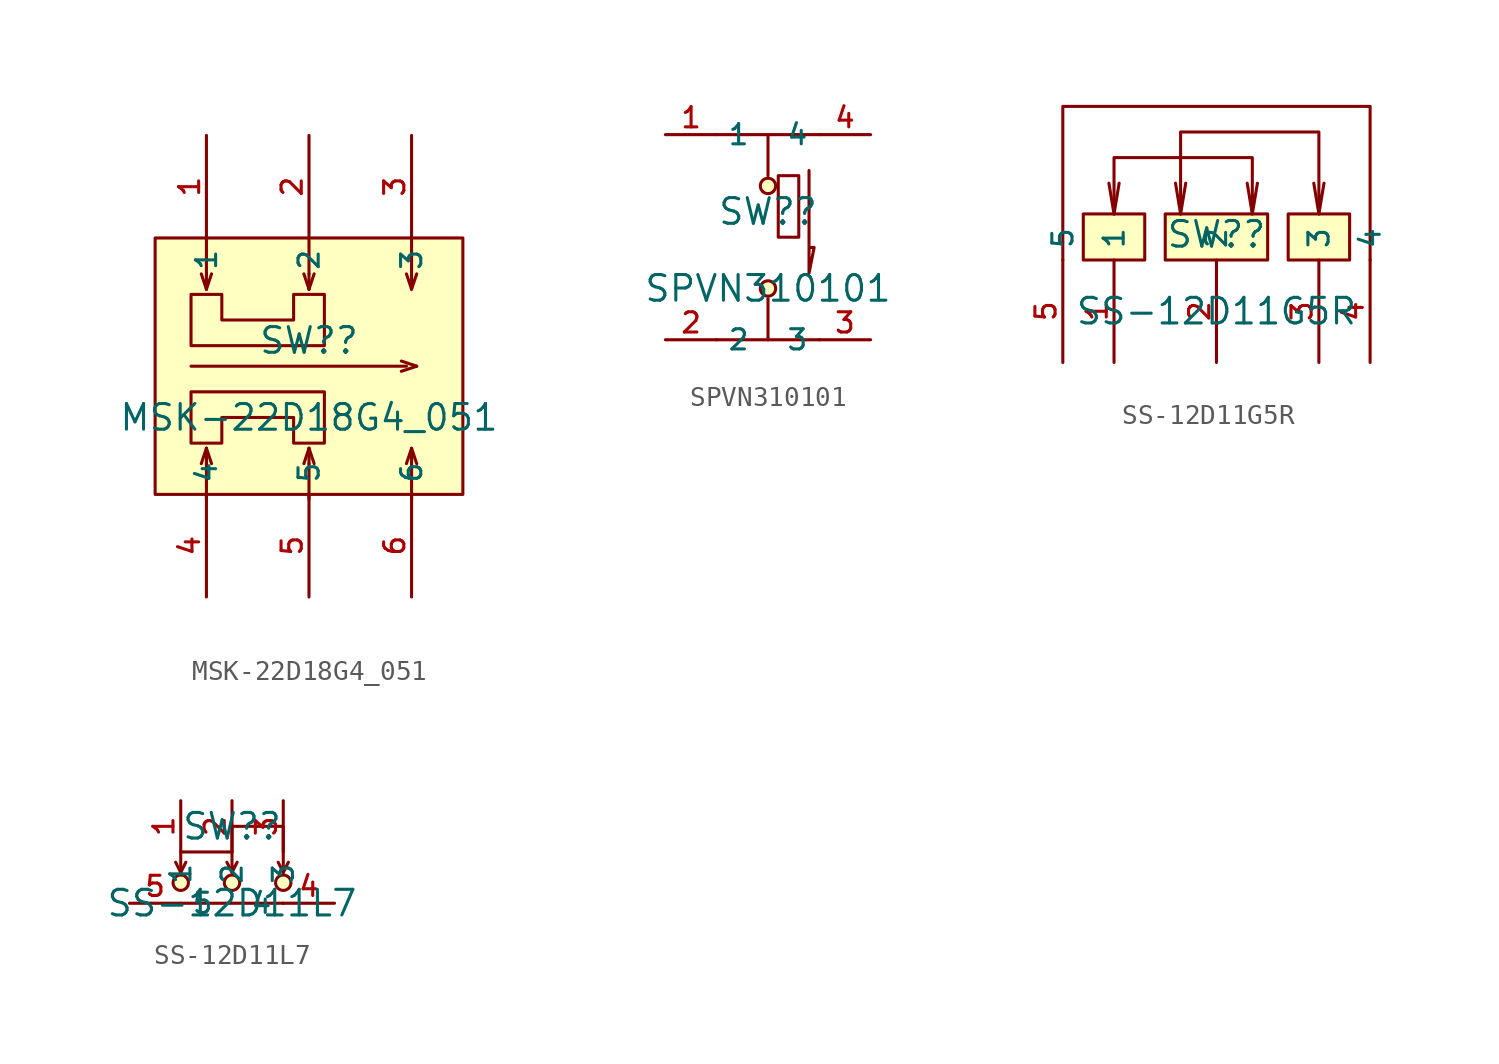
<source format=kicad_sym>
(kicad_symbol_lib
  (version 20210201)
  (generator TousstNicolas/JLC2KiCad_lib)
  (symbol "MSK-22D18G4_051"
    (property "Reference" "SW?"
      (at 0 1.27 0)
      (effects (font (size 1.27 1.27))))
    (property "Value" "MSK-22D18G4_051"
      (at 0 -2.54 0)
      (effects (font (size 1.27 1.27))))
    (symbol "MSK-22D18G4_051_0_1"
      (pin unspecified line (at 5.08 -11.43 90) (length 5.08) (name "6" (effects (font (size 1 1)))) (number "6" (effects (font (size 1 1)))))
      (pin unspecified line (at 0.0 -11.43 90) (length 5.08) (name "5" (effects (font (size 1 1)))) (number "5" (effects (font (size 1 1)))))
      (pin unspecified line (at -5.08 -11.43 90) (length 5.08) (name "4" (effects (font (size 1 1)))) (number "4" (effects (font (size 1 1)))))
      (polyline (pts (xy 5.334 -0.0) (xy 4.572 -0.254)) (stroke (width 0) (type default) (color 0 0 0 0)) (fill (type none)))
      (polyline (pts (xy 5.334 -0.0) (xy 4.572 0.254)) (stroke (width 0) (type default) (color 0 0 0 0)) (fill (type none)))
      (polyline (pts (xy -5.842 -0.0) (xy 4.826 -0.0)) (stroke (width 0) (type default) (color 0 0 0 0)) (fill (type none)))
      (rectangle (start -7.62 6.35) (end 7.62 -6.35) (stroke (width 0) (type default) (color 0 0 0 0)) (fill (type background)))
      (polyline (pts (xy -5.08 -6.604) (xy -5.08 -4.826)) (stroke (width 0) (type default) (color 0 0 0 0)) (fill (type none)))
      (polyline (pts (xy -5.08 -4.826) (xy -5.08 -4.064)) (stroke (width 0) (type default) (color 0 0 0 0)) (fill (type none)))
      (polyline (pts (xy -5.08 -4.064) (xy -4.826 -4.826)) (stroke (width 0) (type default) (color 0 0 0 0)) (fill (type none)))
      (polyline (pts (xy -5.08 -4.064) (xy -5.334 -4.826)) (stroke (width 0) (type default) (color 0 0 0 0)) (fill (type none)))
      (polyline (pts (xy 0.0 -4.064) (xy -0.254 -4.826)) (stroke (width 0) (type default) (color 0 0 0 0)) (fill (type none)))
      (polyline (pts (xy 0.0 -4.064) (xy 0.254 -4.826)) (stroke (width 0) (type default) (color 0 0 0 0)) (fill (type none)))
      (polyline (pts (xy 5.08 -4.064) (xy 4.826 -4.826)) (stroke (width 0) (type default) (color 0 0 0 0)) (fill (type none)))
      (polyline (pts (xy 5.08 -6.604) (xy 5.08 -4.064) (xy 5.334 -4.826)) (stroke (width 0) (type default) (color 0 0 0 0)) (fill (type none)))
      (polyline (pts (xy -5.588 -3.81) (xy -4.318 -3.81) (xy -4.318 -2.54) (xy -0.762 -2.54) (xy -0.762 -3.81) (xy 0.762 -3.81) (xy 0.762 -1.27) (xy -5.842 -1.27) (xy -5.842 -3.81) (xy -5.588 -3.81)) (stroke (width 0) (type default) (color 0 0 0 0)) (fill (type none)))
      (polyline (pts (xy 0.0 -4.826) (xy 0.0 -4.064)) (stroke (width 0) (type default) (color 0 0 0 0)) (fill (type none)))
      (polyline (pts (xy 0.0 -6.604) (xy 0.0 -4.826)) (stroke (width 0) (type default) (color 0 0 0 0)) (fill (type none)))
      (pin unspecified line (at -5.08 11.43 270) (length 5.08) (name "1" (effects (font (size 1 1)))) (number "1" (effects (font (size 1 1)))))
      (pin unspecified line (at 0.0 11.43 270) (length 5.08) (name "2" (effects (font (size 1 1)))) (number "2" (effects (font (size 1 1)))))
      (pin unspecified line (at 5.08 11.43 270) (length 5.08) (name "3" (effects (font (size 1 1)))) (number "3" (effects (font (size 1 1)))))
      (polyline (pts (xy 0.0 6.35) (xy 0.0 4.572)) (stroke (width 0) (type default) (color 0 0 0 0)) (fill (type none)))
      (polyline (pts (xy 0.0 4.572) (xy 0.0 3.81)) (stroke (width 0) (type default) (color 0 0 0 0)) (fill (type none)))
      (polyline (pts (xy -5.588 3.556) (xy -4.318 3.556) (xy -4.318 2.286) (xy -0.762 2.286) (xy -0.762 3.556) (xy 0.762 3.556) (xy 0.762 1.016) (xy -5.842 1.016) (xy -5.842 3.556) (xy -5.588 3.556)) (stroke (width 0) (type default) (color 0 0 0 0)) (fill (type none)))
      (polyline (pts (xy 5.08 6.35) (xy 5.08 3.81) (xy 5.334 4.572)) (stroke (width 0) (type default) (color 0 0 0 0)) (fill (type none)))
      (polyline (pts (xy 5.08 3.81) (xy 4.826 4.572)) (stroke (width 0) (type default) (color 0 0 0 0)) (fill (type none)))
      (polyline (pts (xy 0.0 3.81) (xy 0.254 4.572)) (stroke (width 0) (type default) (color 0 0 0 0)) (fill (type none)))
      (polyline (pts (xy 0.0 3.81) (xy -0.254 4.572)) (stroke (width 0) (type default) (color 0 0 0 0)) (fill (type none)))
      (polyline (pts (xy -5.08 3.81) (xy -5.334 4.572)) (stroke (width 0) (type default) (color 0 0 0 0)) (fill (type none)))
      (polyline (pts (xy -5.08 3.81) (xy -4.826 4.572)) (stroke (width 0) (type default) (color 0 0 0 0)) (fill (type none)))
      (polyline (pts (xy -5.08 4.572) (xy -5.08 3.81)) (stroke (width 0) (type default) (color 0 0 0 0)) (fill (type none)))
      (polyline (pts (xy -5.08 6.35) (xy -5.08 4.572)) (stroke (width 0) (type default) (color 0 0 0 0)) (fill (type none)))))
  (symbol "SPVN310101"
    (property "Reference" "SW?"
      (at 0 1.27 0)
      (effects (font (size 1.27 1.27))))
    (property "Value" "SPVN310101"
      (at 0 -2.54 0)
      (effects (font (size 1.27 1.27))))
    (symbol "SPVN310101_0_1"
      (polyline (pts (xy 2.54 5.08) (xy -2.54 5.08)) (stroke (width 0) (type default) (color 0 0 0 0)) (fill (type none)))
      (polyline (pts (xy 0.0 5.08) (xy 0.0 3.048)) (stroke (width 0) (type default) (color 0 0 0 0)) (fill (type none)))
      (circle (center 0.0 2.54) (radius 0.381) (stroke (width 0) (type default) (color 0 0 0 0)) (fill (type background)))
      (polyline (pts (xy -2.54 -5.08) (xy 2.54 -5.08)) (stroke (width 0) (type default) (color 0 0 0 0)) (fill (type none)))
      (polyline (pts (xy 0.0 -5.08) (xy 0.0 -3.048)) (stroke (width 0) (type default) (color 0 0 0 0)) (fill (type none)))
      (circle (center 0.0 -2.54) (radius 0.381) (stroke (width 0) (type default) (color 0 0 0 0)) (fill (type background)))
      (pin unspecified line (at -5.08 5.08 0) (length 2.54) (name "1" (effects (font (size 1 1)))) (number "1" (effects (font (size 1 1)))))
      (pin unspecified line (at -5.08 -5.08 0) (length 2.54) (name "2" (effects (font (size 1 1)))) (number "2" (effects (font (size 1 1)))))
      (pin unspecified line (at 5.08 -5.08 180) (length 2.54) (name "3" (effects (font (size 1 1)))) (number "3" (effects (font (size 1 1)))))
      (pin unspecified line (at 5.08 5.08 180) (length 2.54) (name "4" (effects (font (size 1 1)))) (number "4" (effects (font (size 1 1)))))
      (polyline (pts (xy 0.508 3.048) (xy 0.508 -0.0) (xy 1.524 -0.0) (xy 1.524 3.048) (xy 0.508 3.048)) (stroke (width 0) (type default) (color 0 0 0 0)) (fill (type none)))
      (polyline (pts (xy 2.032 3.302) (xy 2.032 -1.778) (xy 2.286 -0.508) (xy 2.032 -0.508)) (stroke (width 0) (type default) (color 0 0 0 0)) (fill (type none)))))
  (symbol "SS-12D11G5R"
    (property "Reference" "SW?"
      (at 0 1.27 0)
      (effects (font (size 1.27 1.27))))
    (property "Value" "SS-12D11G5R"
      (at 0 -2.54 0)
      (effects (font (size 1.27 1.27))))
    (symbol "SS-12D11G5R_0_1"
      (rectangle (start -6.604 2.286) (end -3.556 -0.0) (stroke (width 0) (type default) (color 0 0 0 0)) (fill (type background)))
      (rectangle (start -2.54 2.286) (end 2.54 -0.0) (stroke (width 0) (type default) (color 0 0 0 0)) (fill (type background)))
      (rectangle (start 3.556 2.286) (end 6.604 -0.0) (stroke (width 0) (type default) (color 0 0 0 0)) (fill (type background)))
      (polyline (pts (xy -5.08 2.286) (xy -5.08 5.08) (xy 1.778 5.08) (xy 1.778 2.286) (xy 2.032 3.81)) (stroke (width 0) (type default) (color 0 0 0 0)) (fill (type none)))
      (polyline (pts (xy 1.778 2.286) (xy 1.524 3.81)) (stroke (width 0) (type default) (color 0 0 0 0)) (fill (type none)))
      (polyline (pts (xy -5.08 2.286) (xy -4.826 3.81)) (stroke (width 0) (type default) (color 0 0 0 0)) (fill (type none)))
      (polyline (pts (xy -5.08 2.286) (xy -5.334 3.81)) (stroke (width 0) (type default) (color 0 0 0 0)) (fill (type none)))
      (polyline (pts (xy -1.778 2.286) (xy -1.778 6.35) (xy 5.08 6.35) (xy 5.08 2.286) (xy 5.334 3.81)) (stroke (width 0) (type default) (color 0 0 0 0)) (fill (type none)))
      (polyline (pts (xy 5.08 2.286) (xy 4.826 3.81)) (stroke (width 0) (type default) (color 0 0 0 0)) (fill (type none)))
      (polyline (pts (xy -1.778 2.286) (xy -1.524 3.81)) (stroke (width 0) (type default) (color 0 0 0 0)) (fill (type none)))
      (polyline (pts (xy -1.778 2.286) (xy -2.032 3.81)) (stroke (width 0) (type default) (color 0 0 0 0)) (fill (type none)))
      (pin unspecified line (at -5.08 -5.08 90) (length 5.08) (name "1" (effects (font (size 1 1)))) (number "1" (effects (font (size 1 1)))))
      (pin unspecified line (at 0.0 -5.08 90) (length 5.08) (name "2" (effects (font (size 1 1)))) (number "2" (effects (font (size 1 1)))))
      (pin unspecified line (at 5.08 -5.08 90) (length 5.08) (name "3" (effects (font (size 1 1)))) (number "3" (effects (font (size 1 1)))))
      (pin unspecified line (at 7.62 -5.08 90) (length 5.08) (name "4" (effects (font (size 1 1)))) (number "4" (effects (font (size 1 1)))))
      (pin unspecified line (at -7.62 -5.08 90) (length 5.08) (name "5" (effects (font (size 1 1)))) (number "5" (effects (font (size 1 1)))))
      (polyline (pts (xy -7.62 -0.0) (xy -7.62 7.62) (xy 7.62 7.62) (xy 7.62 -0.0)) (stroke (width 0) (type default) (color 0 0 0 0)) (fill (type none)))))
  (symbol "SS-12D11L7"
    (property "Reference" "SW?"
      (at 0 1.27 0)
      (effects (font (size 1.27 1.27))))
    (property "Value" "SS-12D11L7"
      (at 0 -2.54 0)
      (effects (font (size 1.27 1.27))))
    (symbol "SS-12D11L7_0_1"
      (pin unspecified line (at 2.54 2.54 270) (length 2.54) (name "3" (effects (font (size 1 1)))) (number "3" (effects (font (size 1 1)))))
      (pin unspecified line (at 0.0 2.54 270) (length 2.54) (name "2" (effects (font (size 1 1)))) (number "2" (effects (font (size 1 1)))))
      (polyline (pts (xy 2.54 -1.016) (xy 2.286 -0.508)) (stroke (width 0) (type default) (color 0 0 0 0)) (fill (type none)))
      (polyline (pts (xy 0.0 -0.0) (xy 0.0 1.27) (xy 2.54 1.27) (xy 2.54 -1.016) (xy 2.794 -0.508)) (stroke (width 0) (type default) (color 0 0 0 0)) (fill (type none)))
      (polyline (pts (xy -2.54 -1.016) (xy -2.794 -0.508)) (stroke (width 0) (type default) (color 0 0 0 0)) (fill (type none)))
      (polyline (pts (xy -2.54 -1.016) (xy -2.286 -0.508)) (stroke (width 0) (type default) (color 0 0 0 0)) (fill (type none)))
      (polyline (pts (xy 0.0 -1.016) (xy -0.254 -0.508)) (stroke (width 0) (type default) (color 0 0 0 0)) (fill (type none)))
      (polyline (pts (xy -2.54 -1.016) (xy -2.54 -0.0) (xy 0.0 -0.0) (xy 0.0 -1.016) (xy 0.254 -0.508)) (stroke (width 0) (type default) (color 0 0 0 0)) (fill (type none)))
      (circle (center 2.54 -1.524) (radius 0.381) (stroke (width 0) (type default) (color 0 0 0 0)) (fill (type background)))
      (circle (center 0.0 -1.524) (radius 0.381) (stroke (width 0) (type default) (color 0 0 0 0)) (fill (type background)))
      (circle (center -2.54 -1.524) (radius 0.381) (stroke (width 0) (type default) (color 0 0 0 0)) (fill (type background)))
      (pin unspecified line (at -2.54 2.54 270) (length 2.54) (name "1" (effects (font (size 1 1)))) (number "1" (effects (font (size 1 1)))))
      (pin unspecified line (at 5.08 -2.54 180) (length 2.54) (name "4" (effects (font (size 1 1)))) (number "4" (effects (font (size 1 1)))))
      (pin unspecified line (at -5.08 -2.54 0) (length 2.54) (name "5" (effects (font (size 1 1)))) (number "5" (effects (font (size 1 1)))))
      (polyline (pts (xy -2.54 -2.54) (xy 2.54 -2.54)) (stroke (width 0) (type default) (color 0 0 0 0)) (fill (type none))))))
</source>
